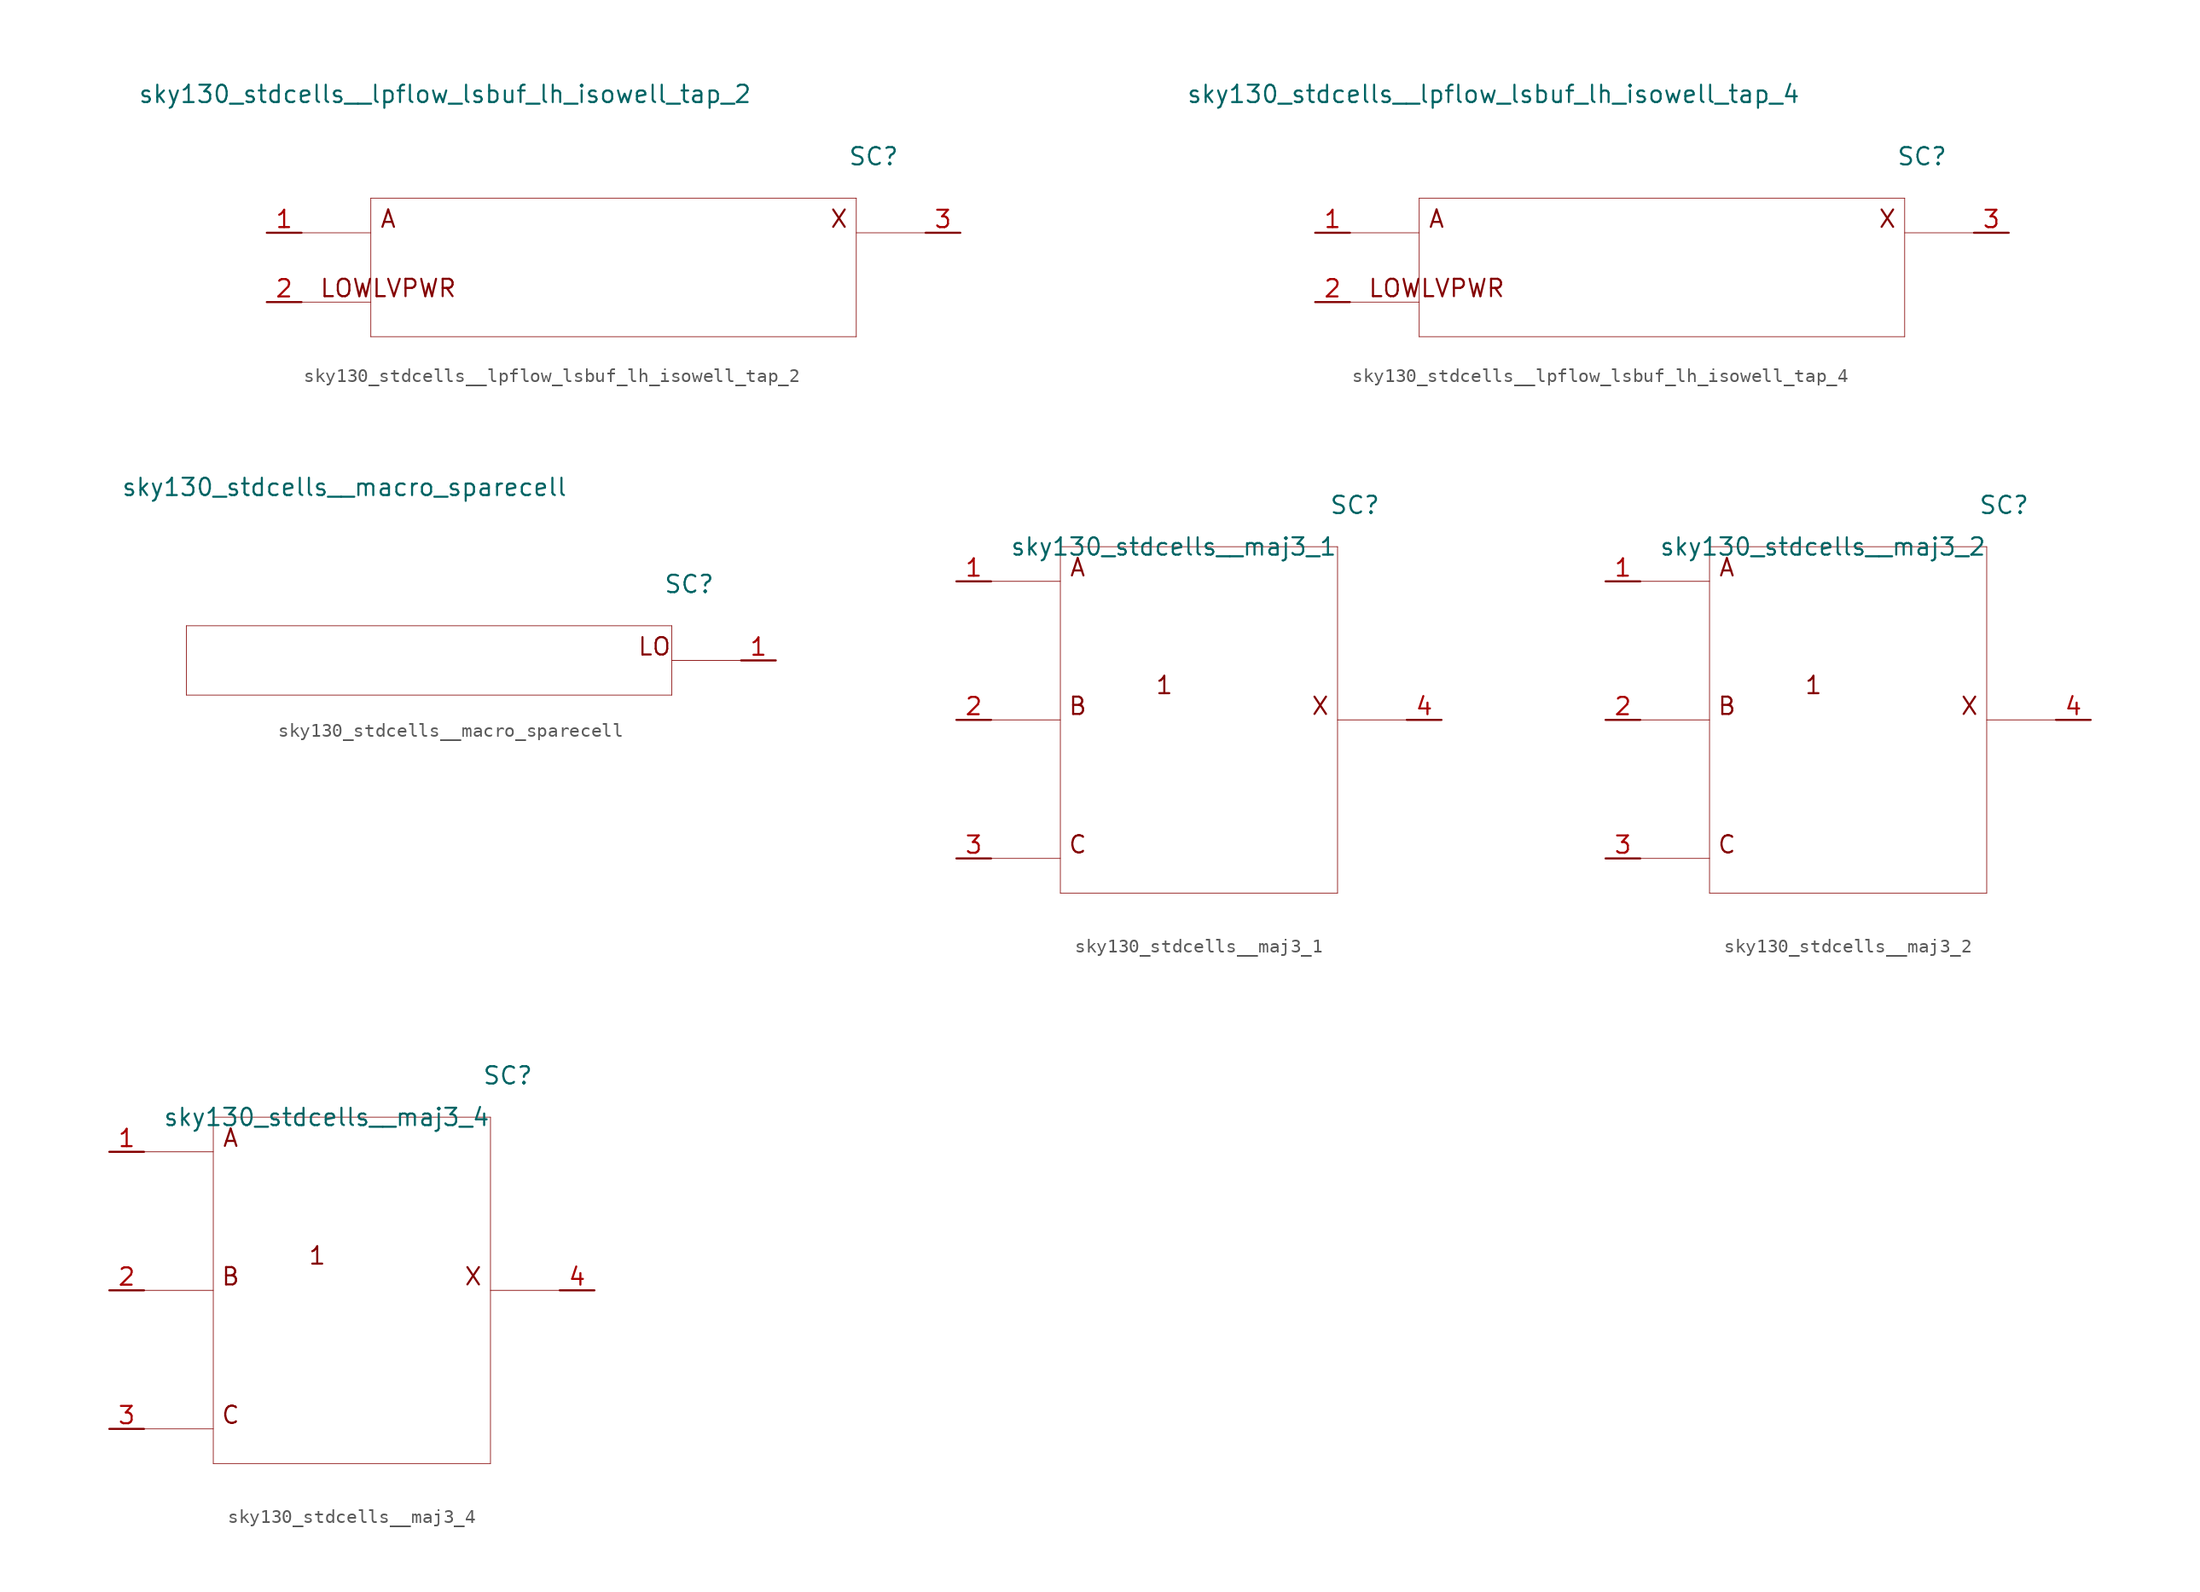
<source format=kicad_sym>
(kicad_symbol_lib
  (version 20211014)
  (generator kicad_symbol_editor)
  (symbol "sky130_stdcells__lpflow_lsbuf_lh_isowell_tap_2"
    (pin_names hide)
    (property "Reference" "SC"
      (at 19.05 8.128 0)
      (effects (font (size 1.27 1.27))))
    (property "Value" "sky130_stdcells__lpflow_lsbuf_lh_isowell_tap_2"
      (at 10.16 12.7 0)
      (effects (font (size 1.27 1.27)) (justify right)))
    (symbol "sky130_stdcells__lpflow_lsbuf_lh_isowell_tap_2_0_0"
      (polyline (pts (xy -22.86 -2.54) (xy -17.78 -2.54)) (stroke (width 0.051) (type default) (color 0 0 0 0)) (fill (type none)))
      (polyline (pts (xy -22.86 2.54) (xy -17.78 2.54)) (stroke (width 0.051) (type default) (color 0 0 0 0)) (fill (type none)))
      (polyline (pts (xy -17.78 -5.08) (xy 17.78 -5.08)) (stroke (width 0.051) (type default) (color 0 0 0 0)) (fill (type none)))
      (polyline (pts (xy -17.78 5.08) (xy -17.78 -5.08)) (stroke (width 0.051) (type default) (color 0 0 0 0)) (fill (type none)))
      (polyline (pts (xy -17.78 5.08) (xy 17.78 5.08)) (stroke (width 0.051) (type default) (color 0 0 0 0)) (fill (type none)))
      (polyline (pts (xy 17.78 2.54) (xy 22.86 2.54)) (stroke (width 0.051) (type default) (color 0 0 0 0)) (fill (type none)))
      (polyline (pts (xy 17.78 5.08) (xy 17.78 -5.08)) (stroke (width 0.051) (type default) (color 0 0 0 0)) (fill (type none)))
      (text "A" (at -16.51 3.556 0) (effects (font (size 1.27 1.27))))
      (text "LOWLVPWR" (at -16.51 -1.524 0) (effects (font (size 1.27 1.27))))
      (text "X" (at 16.51 3.556 0) (effects (font (size 1.27 1.27)))))
    (symbol "sky130_stdcells__lpflow_lsbuf_lh_isowell_tap_2_1_1"
      (pin input line (at -25.4 2.54 0) (length 2.54) (name "A" (effects (font (size 1.092 1.092)))) (number "1" (effects (font (size 1.27 1.27)))))
      (pin input line (at -25.4 -2.54 0) (length 2.54) (name "LOWLVPWR" (effects (font (size 1.092 1.092)))) (number "2" (effects (font (size 1.27 1.27)))))
      (pin output line (at 25.4 2.54 180) (length 2.54) (name "X" (effects (font (size 1.092 1.092)))) (number "3" (effects (font (size 1.27 1.27)))))))
  (symbol "sky130_stdcells__lpflow_lsbuf_lh_isowell_tap_4"
    (pin_names hide)
    (property "Reference" "SC"
      (at 19.05 8.128 0)
      (effects (font (size 1.27 1.27))))
    (property "Value" "sky130_stdcells__lpflow_lsbuf_lh_isowell_tap_4"
      (at 10.16 12.7 0)
      (effects (font (size 1.27 1.27)) (justify right)))
    (symbol "sky130_stdcells__lpflow_lsbuf_lh_isowell_tap_4_0_0"
      (polyline (pts (xy -22.86 -2.54) (xy -17.78 -2.54)) (stroke (width 0.051) (type default) (color 0 0 0 0)) (fill (type none)))
      (polyline (pts (xy -22.86 2.54) (xy -17.78 2.54)) (stroke (width 0.051) (type default) (color 0 0 0 0)) (fill (type none)))
      (polyline (pts (xy -17.78 -5.08) (xy 17.78 -5.08)) (stroke (width 0.051) (type default) (color 0 0 0 0)) (fill (type none)))
      (polyline (pts (xy -17.78 5.08) (xy -17.78 -5.08)) (stroke (width 0.051) (type default) (color 0 0 0 0)) (fill (type none)))
      (polyline (pts (xy -17.78 5.08) (xy 17.78 5.08)) (stroke (width 0.051) (type default) (color 0 0 0 0)) (fill (type none)))
      (polyline (pts (xy 17.78 2.54) (xy 22.86 2.54)) (stroke (width 0.051) (type default) (color 0 0 0 0)) (fill (type none)))
      (polyline (pts (xy 17.78 5.08) (xy 17.78 -5.08)) (stroke (width 0.051) (type default) (color 0 0 0 0)) (fill (type none)))
      (text "A" (at -16.51 3.556 0) (effects (font (size 1.27 1.27))))
      (text "LOWLVPWR" (at -16.51 -1.524 0) (effects (font (size 1.27 1.27))))
      (text "X" (at 16.51 3.556 0) (effects (font (size 1.27 1.27)))))
    (symbol "sky130_stdcells__lpflow_lsbuf_lh_isowell_tap_4_1_1"
      (pin input line (at -25.4 2.54 0) (length 2.54) (name "A" (effects (font (size 1.092 1.092)))) (number "1" (effects (font (size 1.27 1.27)))))
      (pin input line (at -25.4 -2.54 0) (length 2.54) (name "LOWLVPWR" (effects (font (size 1.092 1.092)))) (number "2" (effects (font (size 1.27 1.27)))))
      (pin output line (at 25.4 2.54 180) (length 2.54) (name "X" (effects (font (size 1.092 1.092)))) (number "3" (effects (font (size 1.27 1.27)))))))
  (symbol "sky130_stdcells__macro_sparecell"
    (pin_names hide)
    (property "Reference" "SC"
      (at 19.05 5.588 0)
      (effects (font (size 1.27 1.27))))
    (property "Value" "sky130_stdcells__macro_sparecell"
      (at 10.16 12.7 0)
      (effects (font (size 1.27 1.27)) (justify right)))
    (symbol "sky130_stdcells__macro_sparecell_0_0"
      (polyline (pts (xy -17.78 -2.54) (xy 17.78 -2.54)) (stroke (width 0.051) (type default) (color 0 0 0 0)) (fill (type none)))
      (polyline (pts (xy -17.78 2.54) (xy -17.78 -2.54)) (stroke (width 0.051) (type default) (color 0 0 0 0)) (fill (type none)))
      (polyline (pts (xy -17.78 2.54) (xy 17.78 2.54)) (stroke (width 0.051) (type default) (color 0 0 0 0)) (fill (type none)))
      (polyline (pts (xy 17.78 0) (xy 22.86 0)) (stroke (width 0.051) (type default) (color 0 0 0 0)) (fill (type none)))
      (polyline (pts (xy 17.78 2.54) (xy 17.78 -2.54)) (stroke (width 0.051) (type default) (color 0 0 0 0)) (fill (type none)))
      (text "LO" (at 16.51 1.016 0) (effects (font (size 1.27 1.27)))))
    (symbol "sky130_stdcells__macro_sparecell_1_1"
      (pin output line (at 25.4 0 180) (length 2.54) (name "LO" (effects (font (size 1.092 1.092)))) (number "1" (effects (font (size 1.27 1.27)))))))
  (symbol "sky130_stdcells__maj3_1"
    (pin_names hide)
    (property "Reference" "SC"
      (at 11.43 15.748 0)
      (effects (font (size 1.27 1.27))))
    (property "Value" "sky130_stdcells__maj3_1"
      (at 10.16 12.7 0)
      (effects (font (size 1.27 1.27)) (justify right)))
    (symbol "sky130_stdcells__maj3_1_0_0"
      (polyline (pts (xy -15.24 -10.16) (xy -10.16 -10.16)) (stroke (width 0.051) (type default) (color 0 0 0 0)) (fill (type none)))
      (polyline (pts (xy -15.24 0) (xy -10.16 0)) (stroke (width 0.051) (type default) (color 0 0 0 0)) (fill (type none)))
      (polyline (pts (xy -15.24 10.16) (xy -10.16 10.16)) (stroke (width 0.051) (type default) (color 0 0 0 0)) (fill (type none)))
      (polyline (pts (xy -10.16 -12.7) (xy 10.16 -12.7)) (stroke (width 0.051) (type default) (color 0 0 0 0)) (fill (type none)))
      (polyline (pts (xy -10.16 12.7) (xy -10.16 -12.7)) (stroke (width 0.051) (type default) (color 0 0 0 0)) (fill (type none)))
      (polyline (pts (xy -10.16 12.7) (xy 10.16 12.7)) (stroke (width 0.051) (type default) (color 0 0 0 0)) (fill (type none)))
      (polyline (pts (xy 10.16 0) (xy 15.24 0)) (stroke (width 0.051) (type default) (color 0 0 0 0)) (fill (type none)))
      (polyline (pts (xy 10.16 12.7) (xy 10.16 -12.7)) (stroke (width 0.051) (type default) (color 0 0 0 0)) (fill (type none)))
      (text "1" (at -2.54 2.54 0) (effects (font (size 1.27 1.27))))
      (text "A" (at -8.89 11.176 0) (effects (font (size 1.27 1.27))))
      (text "B" (at -8.89 1.016 0) (effects (font (size 1.27 1.27))))
      (text "C" (at -8.89 -9.144 0) (effects (font (size 1.27 1.27))))
      (text "X" (at 8.89 1.016 0) (effects (font (size 1.27 1.27)))))
    (symbol "sky130_stdcells__maj3_1_1_1"
      (pin input line (at -17.78 10.16 0) (length 2.54) (name "A" (effects (font (size 1.092 1.092)))) (number "1" (effects (font (size 1.27 1.27)))))
      (pin input line (at -17.78 0 0) (length 2.54) (name "B" (effects (font (size 1.092 1.092)))) (number "2" (effects (font (size 1.27 1.27)))))
      (pin input line (at -17.78 -10.16 0) (length 2.54) (name "C" (effects (font (size 1.092 1.092)))) (number "3" (effects (font (size 1.27 1.27)))))
      (pin output line (at 17.78 0 180) (length 2.54) (name "X" (effects (font (size 1.092 1.092)))) (number "4" (effects (font (size 1.27 1.27)))))))
  (symbol "sky130_stdcells__maj3_2"
    (pin_names hide)
    (property "Reference" "SC"
      (at 11.43 15.748 0)
      (effects (font (size 1.27 1.27))))
    (property "Value" "sky130_stdcells__maj3_2"
      (at 10.16 12.7 0)
      (effects (font (size 1.27 1.27)) (justify right)))
    (symbol "sky130_stdcells__maj3_2_0_0"
      (polyline (pts (xy -15.24 -10.16) (xy -10.16 -10.16)) (stroke (width 0.051) (type default) (color 0 0 0 0)) (fill (type none)))
      (polyline (pts (xy -15.24 0) (xy -10.16 0)) (stroke (width 0.051) (type default) (color 0 0 0 0)) (fill (type none)))
      (polyline (pts (xy -15.24 10.16) (xy -10.16 10.16)) (stroke (width 0.051) (type default) (color 0 0 0 0)) (fill (type none)))
      (polyline (pts (xy -10.16 -12.7) (xy 10.16 -12.7)) (stroke (width 0.051) (type default) (color 0 0 0 0)) (fill (type none)))
      (polyline (pts (xy -10.16 12.7) (xy -10.16 -12.7)) (stroke (width 0.051) (type default) (color 0 0 0 0)) (fill (type none)))
      (polyline (pts (xy -10.16 12.7) (xy 10.16 12.7)) (stroke (width 0.051) (type default) (color 0 0 0 0)) (fill (type none)))
      (polyline (pts (xy 10.16 0) (xy 15.24 0)) (stroke (width 0.051) (type default) (color 0 0 0 0)) (fill (type none)))
      (polyline (pts (xy 10.16 12.7) (xy 10.16 -12.7)) (stroke (width 0.051) (type default) (color 0 0 0 0)) (fill (type none)))
      (text "1" (at -2.54 2.54 0) (effects (font (size 1.27 1.27))))
      (text "A" (at -8.89 11.176 0) (effects (font (size 1.27 1.27))))
      (text "B" (at -8.89 1.016 0) (effects (font (size 1.27 1.27))))
      (text "C" (at -8.89 -9.144 0) (effects (font (size 1.27 1.27))))
      (text "X" (at 8.89 1.016 0) (effects (font (size 1.27 1.27)))))
    (symbol "sky130_stdcells__maj3_2_1_1"
      (pin input line (at -17.78 10.16 0) (length 2.54) (name "A" (effects (font (size 1.092 1.092)))) (number "1" (effects (font (size 1.27 1.27)))))
      (pin input line (at -17.78 0 0) (length 2.54) (name "B" (effects (font (size 1.092 1.092)))) (number "2" (effects (font (size 1.27 1.27)))))
      (pin input line (at -17.78 -10.16 0) (length 2.54) (name "C" (effects (font (size 1.092 1.092)))) (number "3" (effects (font (size 1.27 1.27)))))
      (pin output line (at 17.78 0 180) (length 2.54) (name "X" (effects (font (size 1.092 1.092)))) (number "4" (effects (font (size 1.27 1.27)))))))
  (symbol "sky130_stdcells__maj3_4"
    (pin_names hide)
    (property "Reference" "SC"
      (at 11.43 15.748 0)
      (effects (font (size 1.27 1.27))))
    (property "Value" "sky130_stdcells__maj3_4"
      (at 10.16 12.7 0)
      (effects (font (size 1.27 1.27)) (justify right)))
    (symbol "sky130_stdcells__maj3_4_0_0"
      (polyline (pts (xy -15.24 -10.16) (xy -10.16 -10.16)) (stroke (width 0.051) (type default) (color 0 0 0 0)) (fill (type none)))
      (polyline (pts (xy -15.24 0) (xy -10.16 0)) (stroke (width 0.051) (type default) (color 0 0 0 0)) (fill (type none)))
      (polyline (pts (xy -15.24 10.16) (xy -10.16 10.16)) (stroke (width 0.051) (type default) (color 0 0 0 0)) (fill (type none)))
      (polyline (pts (xy -10.16 -12.7) (xy 10.16 -12.7)) (stroke (width 0.051) (type default) (color 0 0 0 0)) (fill (type none)))
      (polyline (pts (xy -10.16 12.7) (xy -10.16 -12.7)) (stroke (width 0.051) (type default) (color 0 0 0 0)) (fill (type none)))
      (polyline (pts (xy -10.16 12.7) (xy 10.16 12.7)) (stroke (width 0.051) (type default) (color 0 0 0 0)) (fill (type none)))
      (polyline (pts (xy 10.16 0) (xy 15.24 0)) (stroke (width 0.051) (type default) (color 0 0 0 0)) (fill (type none)))
      (polyline (pts (xy 10.16 12.7) (xy 10.16 -12.7)) (stroke (width 0.051) (type default) (color 0 0 0 0)) (fill (type none)))
      (text "1" (at -2.54 2.54 0) (effects (font (size 1.27 1.27))))
      (text "A" (at -8.89 11.176 0) (effects (font (size 1.27 1.27))))
      (text "B" (at -8.89 1.016 0) (effects (font (size 1.27 1.27))))
      (text "C" (at -8.89 -9.144 0) (effects (font (size 1.27 1.27))))
      (text "X" (at 8.89 1.016 0) (effects (font (size 1.27 1.27)))))
    (symbol "sky130_stdcells__maj3_4_1_1"
      (pin input line (at -17.78 10.16 0) (length 2.54) (name "A" (effects (font (size 1.092 1.092)))) (number "1" (effects (font (size 1.27 1.27)))))
      (pin input line (at -17.78 0 0) (length 2.54) (name "B" (effects (font (size 1.092 1.092)))) (number "2" (effects (font (size 1.27 1.27)))))
      (pin input line (at -17.78 -10.16 0) (length 2.54) (name "C" (effects (font (size 1.092 1.092)))) (number "3" (effects (font (size 1.27 1.27)))))
      (pin output line (at 17.78 0 180) (length 2.54) (name "X" (effects (font (size 1.092 1.092)))) (number "4" (effects (font (size 1.27 1.27))))))))
</source>
